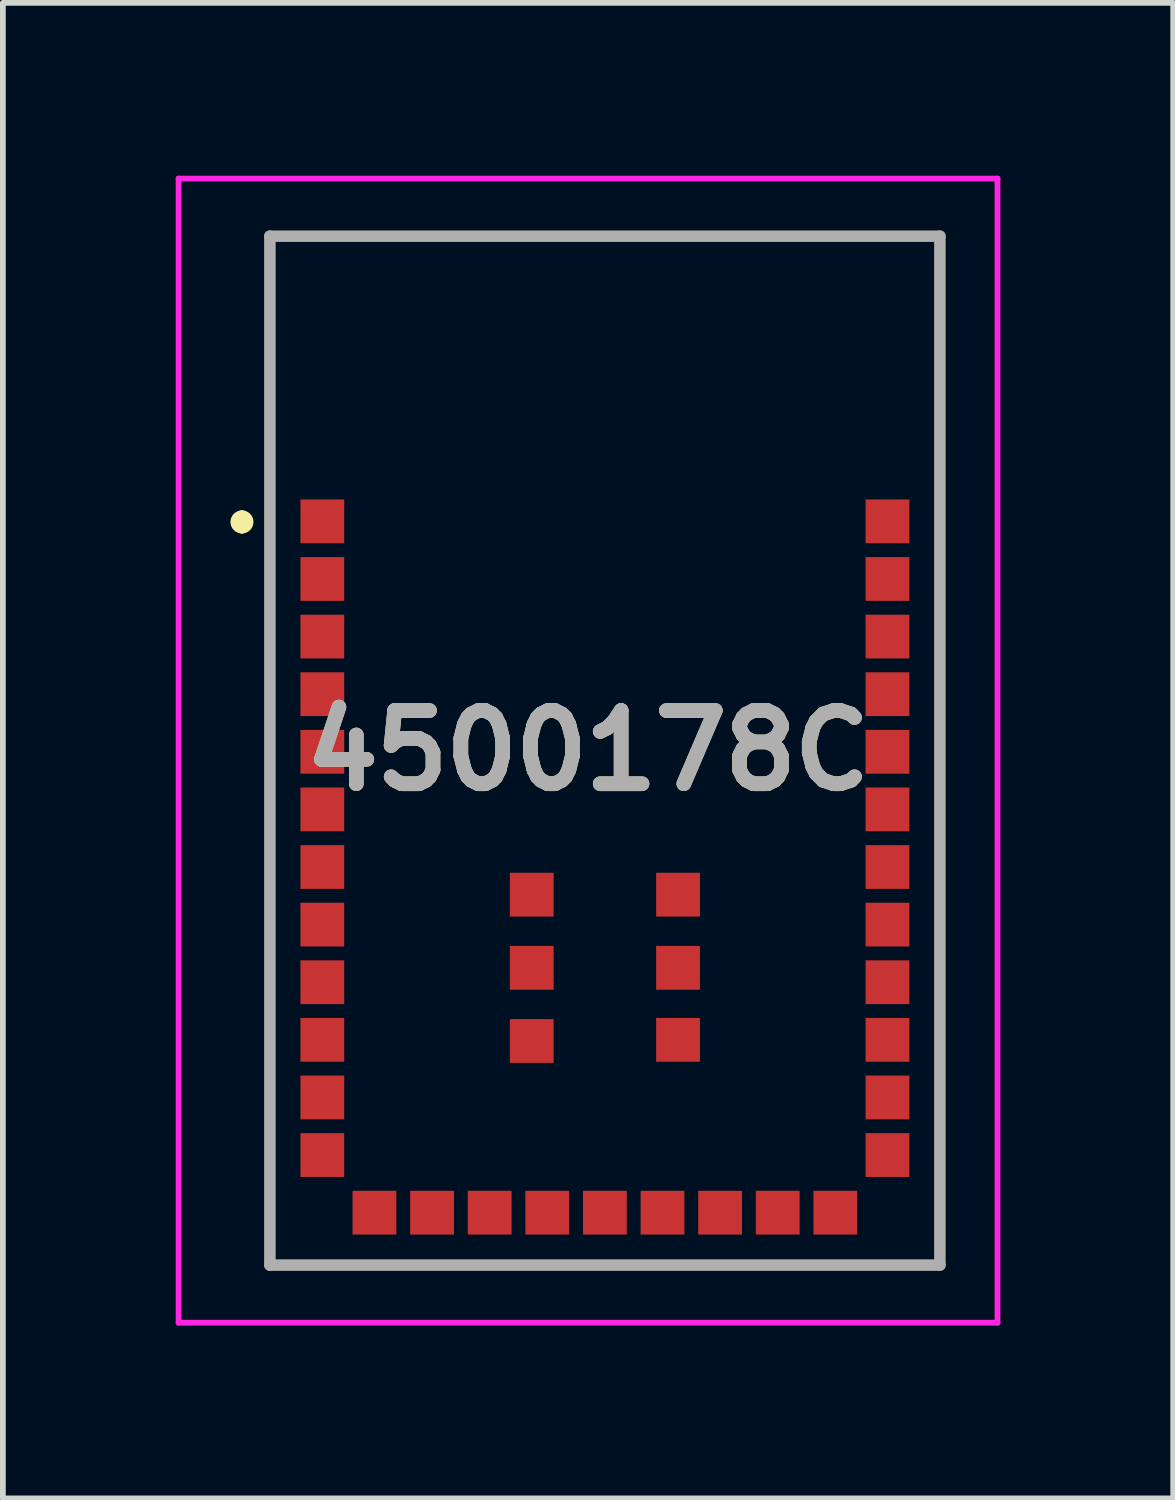
<source format=kicad_pcb>
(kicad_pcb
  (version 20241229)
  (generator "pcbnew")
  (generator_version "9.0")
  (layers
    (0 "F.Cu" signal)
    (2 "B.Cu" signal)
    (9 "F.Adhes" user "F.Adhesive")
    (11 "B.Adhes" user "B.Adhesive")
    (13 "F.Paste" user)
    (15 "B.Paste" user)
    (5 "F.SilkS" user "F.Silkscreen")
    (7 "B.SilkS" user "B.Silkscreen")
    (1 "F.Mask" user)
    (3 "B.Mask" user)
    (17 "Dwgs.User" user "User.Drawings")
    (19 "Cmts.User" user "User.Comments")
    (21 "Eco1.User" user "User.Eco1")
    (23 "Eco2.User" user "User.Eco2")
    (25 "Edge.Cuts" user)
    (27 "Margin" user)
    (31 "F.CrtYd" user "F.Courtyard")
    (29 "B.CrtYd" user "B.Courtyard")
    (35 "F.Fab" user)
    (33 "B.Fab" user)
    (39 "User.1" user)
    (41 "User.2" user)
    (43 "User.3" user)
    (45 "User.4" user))
  (footprint "4500178C"
    (layer "F.Cu")
    (at 7.45 18.91)
    (property "Reference" "4500178C" (at -0.293 -8.93 0) (layer "F.SilkS") (effects (font (size 1.27 1.27) (thickness 0.254))))
    (attr smd)
    (fp_line (start -6.3 -13) (end -6.3 -13) (stroke (width 0.2) (type solid)) (layer "F.SilkS"))
    (fp_line (start -6.3 -12.8) (end -6.3 -12.8) (stroke (width 0.2) (type solid)) (layer "F.SilkS"))
    (fp_line (start -5.815 -17.86) (end 5.815 -17.86) (stroke (width 0.1) (type solid)) (layer "F.SilkS"))
    (fp_line (start -5.815 0) (end -5.815 -17.86) (stroke (width 0.1) (type solid)) (layer "F.SilkS"))
    (fp_line (start 5.815 -17.86) (end 5.815 0) (stroke (width 0.1) (type solid)) (layer "F.SilkS"))
    (fp_line (start 5.815 0) (end -5.815 0) (stroke (width 0.1) (type solid)) (layer "F.SilkS"))
    (fp_arc (start -6.3 -13) (mid -6.2 -12.9) (end -6.3 -12.8) (stroke (width 0.2) (type solid)) (layer "F.SilkS"))
    (fp_arc (start -6.3 -12.8) (mid -6.4 -12.9) (end -6.3 -13) (stroke (width 0.2) (type solid)) (layer "F.SilkS"))
    (fp_line (start -7.4 -18.86) (end 6.815 -18.86) (stroke (width 0.1) (type solid)) (layer "F.CrtYd"))
    (fp_line (start -7.4 1) (end -7.4 -18.86) (stroke (width 0.1) (type solid)) (layer "F.CrtYd"))
    (fp_line (start 6.815 -18.86) (end 6.815 1) (stroke (width 0.1) (type solid)) (layer "F.CrtYd"))
    (fp_line (start 6.815 1) (end -7.4 1) (stroke (width 0.1) (type solid)) (layer "F.CrtYd"))
    (fp_line (start -5.815 -17.86) (end 5.815 -17.86) (stroke (width 0.2) (type solid)) (layer "F.Fab"))
    (fp_line (start -5.815 0) (end -5.815 -17.86) (stroke (width 0.2) (type solid)) (layer "F.Fab"))
    (fp_line (start 5.815 -17.86) (end 5.815 0) (stroke (width 0.2) (type solid)) (layer "F.Fab"))
    (fp_line (start 5.815 0) (end -5.815 0) (stroke (width 0.2) (type solid)) (layer "F.Fab"))
    (fp_text user "${REFERENCE}" (at -0.293 -8.93 0) (layer "F.Fab") (effects (font (size 1.27 1.27) (thickness 0.254))))
    (pad "1" smd rect (at -4.905 -12.91 90) (size 0.76 0.76) (layers "F.Cu" "F.Mask" "F.Paste"))
    (pad "2" smd rect (at -4.905 -11.91 90) (size 0.76 0.76) (layers "F.Cu" "F.Mask" "F.Paste"))
    (pad "3" smd rect (at -4.905 -10.91 90) (size 0.76 0.76) (layers "F.Cu" "F.Mask" "F.Paste"))
    (pad "4" smd rect (at -4.905 -9.91 90) (size 0.76 0.76) (layers "F.Cu" "F.Mask" "F.Paste"))
    (pad "5" smd rect (at -4.905 -8.91 90) (size 0.76 0.76) (layers "F.Cu" "F.Mask" "F.Paste"))
    (pad "6" smd rect (at -4.905 -7.91 90) (size 0.76 0.76) (layers "F.Cu" "F.Mask" "F.Paste"))
    (pad "7" smd rect (at -4.905 -6.91 90) (size 0.76 0.76) (layers "F.Cu" "F.Mask" "F.Paste"))
    (pad "8" smd rect (at -4.905 -5.91 90) (size 0.76 0.76) (layers "F.Cu" "F.Mask" "F.Paste"))
    (pad "9" smd rect (at -4.905 -4.91 90) (size 0.76 0.76) (layers "F.Cu" "F.Mask" "F.Paste"))
    (pad "10" smd rect (at -4.905 -3.91 90) (size 0.76 0.76) (layers "F.Cu" "F.Mask" "F.Paste"))
    (pad "11" smd rect (at -4.905 -2.91 90) (size 0.76 0.76) (layers "F.Cu" "F.Mask" "F.Paste"))
    (pad "12" smd rect (at -4.905 -1.91 90) (size 0.76 0.76) (layers "F.Cu" "F.Mask" "F.Paste"))
    (pad "13" smd rect (at -4 -0.91 90) (size 0.76 0.76) (layers "F.Cu" "F.Mask" "F.Paste"))
    (pad "14" smd rect (at -3 -0.91 90) (size 0.76 0.76) (layers "F.Cu" "F.Mask" "F.Paste"))
    (pad "15" smd rect (at -2 -0.91 90) (size 0.76 0.76) (layers "F.Cu" "F.Mask" "F.Paste"))
    (pad "16" smd rect (at -1 -0.91 90) (size 0.76 0.76) (layers "F.Cu" "F.Mask" "F.Paste"))
    (pad "17" smd rect (at 0 -0.91 90) (size 0.76 0.76) (layers "F.Cu" "F.Mask" "F.Paste"))
    (pad "18" smd rect (at 1 -0.91 90) (size 0.76 0.76) (layers "F.Cu" "F.Mask" "F.Paste"))
    (pad "19" smd rect (at 2 -0.91 90) (size 0.76 0.76) (layers "F.Cu" "F.Mask" "F.Paste"))
    (pad "20" smd rect (at 3 -0.91 90) (size 0.76 0.76) (layers "F.Cu" "F.Mask" "F.Paste"))
    (pad "21" smd rect (at 4 -0.91 90) (size 0.76 0.76) (layers "F.Cu" "F.Mask" "F.Paste"))
    (pad "22" smd rect (at 4.905 -1.91 90) (size 0.76 0.76) (layers "F.Cu" "F.Mask" "F.Paste"))
    (pad "23" smd rect (at 4.905 -2.91 90) (size 0.76 0.76) (layers "F.Cu" "F.Mask" "F.Paste"))
    (pad "24" smd rect (at 4.905 -3.91 90) (size 0.76 0.76) (layers "F.Cu" "F.Mask" "F.Paste"))
    (pad "25" smd rect (at 4.905 -4.91 90) (size 0.76 0.76) (layers "F.Cu" "F.Mask" "F.Paste"))
    (pad "26" smd rect (at 4.905 -5.91 90) (size 0.76 0.76) (layers "F.Cu" "F.Mask" "F.Paste"))
    (pad "27" smd rect (at 4.905 -6.91 90) (size 0.76 0.76) (layers "F.Cu" "F.Mask" "F.Paste"))
    (pad "28" smd rect (at 4.905 -7.91 90) (size 0.76 0.76) (layers "F.Cu" "F.Mask" "F.Paste"))
    (pad "29" smd rect (at 4.905 -8.91 90) (size 0.76 0.76) (layers "F.Cu" "F.Mask" "F.Paste"))
    (pad "30" smd rect (at 4.905 -9.91 90) (size 0.76 0.76) (layers "F.Cu" "F.Mask" "F.Paste"))
    (pad "31" smd rect (at 4.905 -10.91 90) (size 0.76 0.76) (layers "F.Cu" "F.Mask" "F.Paste"))
    (pad "32" smd rect (at 4.905 -11.91 90) (size 0.76 0.76) (layers "F.Cu" "F.Mask" "F.Paste"))
    (pad "33" smd rect (at 4.905 -12.91 90) (size 0.76 0.76) (layers "F.Cu" "F.Mask" "F.Paste"))
    (pad "34" smd rect (at -1.27 -3.89 90) (size 0.76 0.76) (layers "F.Cu" "F.Mask" "F.Paste"))
    (pad "35" smd rect (at -1.27 -5.16 90) (size 0.76 0.76) (layers "F.Cu" "F.Mask" "F.Paste"))
    (pad "36" smd rect (at -1.27 -6.43 90) (size 0.76 0.76) (layers "F.Cu" "F.Mask" "F.Paste"))
    (pad "37" smd rect (at 1.27 -6.43 90) (size 0.76 0.76) (layers "F.Cu" "F.Mask" "F.Paste"))
    (pad "38" smd rect (at 1.27 -5.16 90) (size 0.76 0.76) (layers "F.Cu" "F.Mask" "F.Paste"))
    (pad "39" smd rect (at 1.27 -3.91 90) (size 0.76 0.76) (layers "F.Cu" "F.Mask" "F.Paste")))
  (gr_rect
    (start -3 -3)
    (end 17.315 22.96)
    (stroke (width 0.1) (type default))
    (fill no)
    (layer "Edge.Cuts")))
</source>
